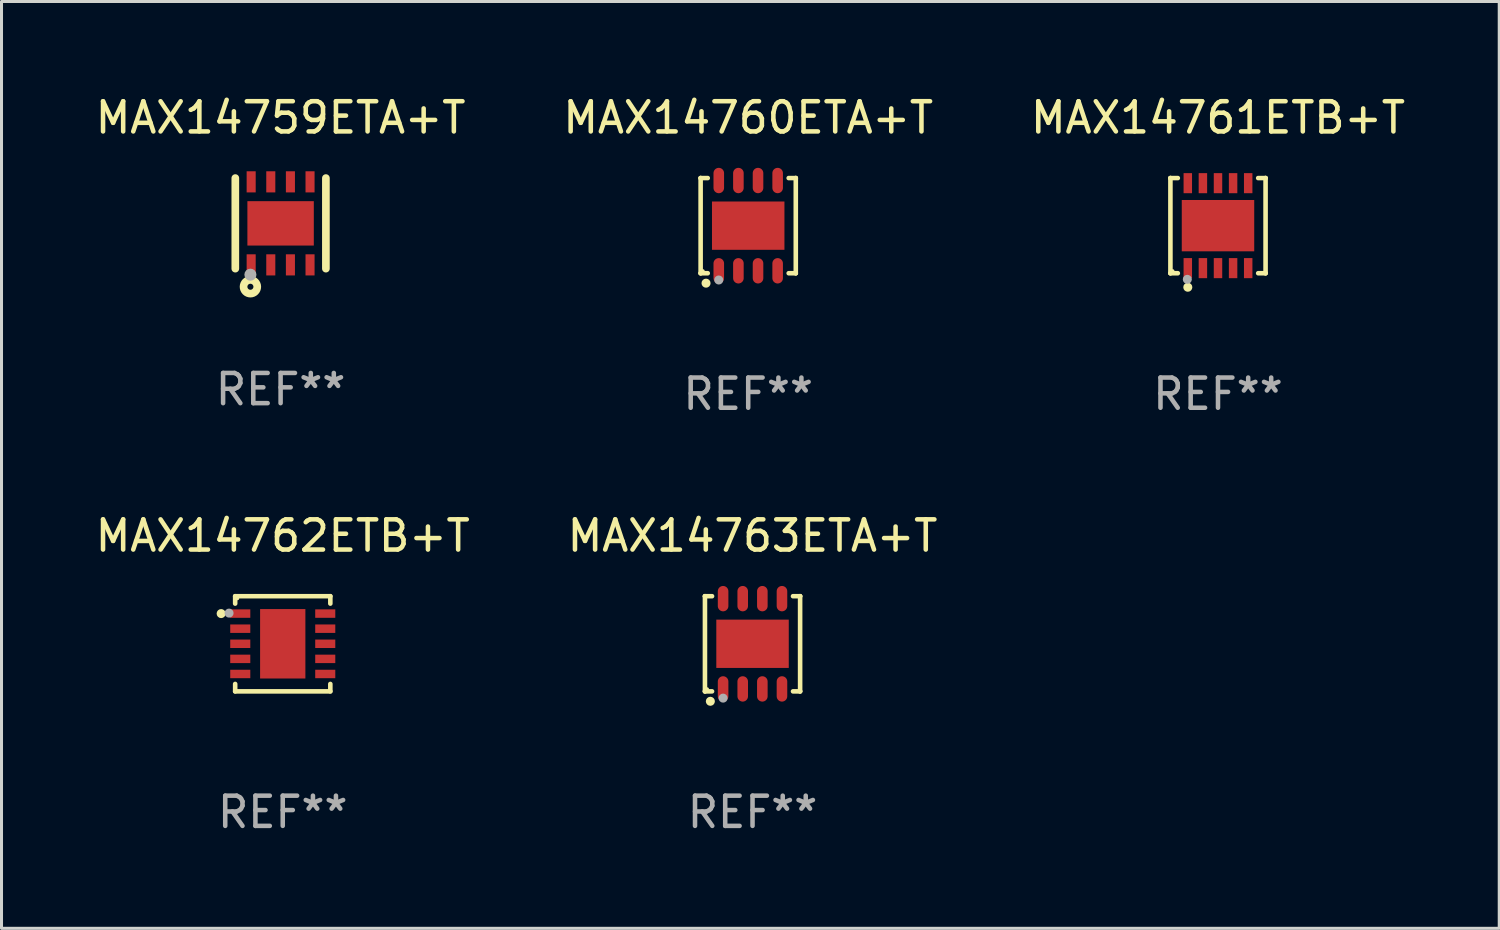
<source format=kicad_pcb>
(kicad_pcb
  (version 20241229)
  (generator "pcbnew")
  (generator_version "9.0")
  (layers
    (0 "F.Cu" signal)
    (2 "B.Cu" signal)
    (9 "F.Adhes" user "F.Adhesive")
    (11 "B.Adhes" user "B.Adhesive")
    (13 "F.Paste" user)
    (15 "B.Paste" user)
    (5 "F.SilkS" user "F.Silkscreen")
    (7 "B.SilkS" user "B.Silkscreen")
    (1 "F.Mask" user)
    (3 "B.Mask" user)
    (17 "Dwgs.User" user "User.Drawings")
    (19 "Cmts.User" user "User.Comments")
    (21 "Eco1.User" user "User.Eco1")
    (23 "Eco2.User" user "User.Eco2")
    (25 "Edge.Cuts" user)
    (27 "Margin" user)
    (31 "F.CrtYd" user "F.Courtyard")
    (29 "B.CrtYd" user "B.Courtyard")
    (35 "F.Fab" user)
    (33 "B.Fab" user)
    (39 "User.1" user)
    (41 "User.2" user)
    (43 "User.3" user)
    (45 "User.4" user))
  (footprint "MAX14759ETA+T"
    (layer "F.Cu")
    (at 6.244 4.348)
    (property "Reference" "MAX14759ETA+T" (at 0 -3.5 0) (layer "F.SilkS") (effects (font (size 1 1) (thickness 0.15))))
    (attr through_hole)
    (fp_line (start -1.5 -1.5) (end -1.5 1.5) (stroke (width 0.254) (type solid)) (layer "F.SilkS"))
    (fp_line (start 1.5 -1.5) (end 1.5 1.5) (stroke (width 0.254) (type solid)) (layer "F.SilkS"))
    (fp_circle (center -1.5 1.5) (end -1.47 1.5) (stroke (width 0.06) (type solid)) (fill no) (layer "F.SilkS"))
    (fp_circle (center -1 2.1) (end -0.9 2.1) (stroke (width 0.254) (type solid)) (fill no) (layer "F.SilkS"))
    (fp_circle (center -1 1.7) (end -0.9 1.7) (stroke (width 0.2) (type solid)) (fill no) (layer "F.Fab"))
    (fp_text user "REF**" (at 0 5.5 0) (layer "F.Fab") (effects (font (size 1 1) (thickness 0.15))))
    (pad "1" smd rect (at -0.975 1.375 90) (size 0.7 0.3) (layers "F.Cu" "F.Mask" "F.Paste"))
    (pad "2" smd rect (at -0.325 1.375 90) (size 0.7 0.3) (layers "F.Cu" "F.Mask" "F.Paste"))
    (pad "3" smd rect (at 0.325 1.375 90) (size 0.7 0.3) (layers "F.Cu" "F.Mask" "F.Paste"))
    (pad "4" smd rect (at 0.975 1.375 90) (size 0.7 0.3) (layers "F.Cu" "F.Mask" "F.Paste"))
    (pad "5" smd rect (at 0.975 -1.375 90) (size 0.7 0.3) (layers "F.Cu" "F.Mask" "F.Paste"))
    (pad "6" smd rect (at 0.325 -1.375 90) (size 0.7 0.3) (layers "F.Cu" "F.Mask" "F.Paste"))
    (pad "7" smd rect (at -0.325 -1.375 90) (size 0.7 0.3) (layers "F.Cu" "F.Mask" "F.Paste"))
    (pad "8" smd rect (at -0.975 -1.375 90) (size 0.7 0.3) (layers "F.Cu" "F.Mask" "F.Paste"))
    (pad "9" smd rect (at 0 0 180) (size 2.2 1.47) (layers "F.Cu" "F.Mask" "F.Paste")))
  (footprint "MAX14760ETA+T"
    (layer "F.Cu")
    (at 21.732 4.424)
    (property "Reference" "MAX14760ETA+T" (at 0 -3.576 0) (layer "F.SilkS") (effects (font (size 1 1) (thickness 0.15))))
    (attr through_hole)
    (fp_line (start -1.576 -1.576) (end -1.576 -1.576) (stroke (width 0.152) (type solid)) (layer "F.SilkS"))
    (fp_line (start -1.576 -1.576) (end -1.341 -1.576) (stroke (width 0.152) (type solid)) (layer "F.SilkS"))
    (fp_line (start -1.576 1.576) (end -1.576 -1.576) (stroke (width 0.152) (type solid)) (layer "F.SilkS"))
    (fp_line (start -1.576 1.576) (end -1.576 1.576) (stroke (width 0.152) (type solid)) (layer "F.SilkS"))
    (fp_line (start -1.341 1.576) (end -1.576 1.576) (stroke (width 0.152) (type solid)) (layer "F.SilkS"))
    (fp_line (start 1.341 1.576) (end 1.576 1.576) (stroke (width 0.152) (type solid)) (layer "F.SilkS"))
    (fp_line (start 1.576 -1.576) (end 1.341 -1.576) (stroke (width 0.152) (type solid)) (layer "F.SilkS"))
    (fp_line (start 1.576 -1.576) (end 1.576 -1.576) (stroke (width 0.152) (type solid)) (layer "F.SilkS"))
    (fp_line (start 1.576 1.576) (end 1.576 -1.576) (stroke (width 0.152) (type solid)) (layer "F.SilkS"))
    (fp_line (start 1.576 1.576) (end 1.576 1.576) (stroke (width 0.152) (type solid)) (layer "F.SilkS"))
    (fp_circle (center -1.5 1.5) (end -1.47 1.5) (stroke (width 0.06) (type solid)) (fill no) (layer "F.SilkS"))
    (fp_circle (center -1.397 1.905) (end -1.322 1.905) (stroke (width 0.15) (type solid)) (fill no) (layer "F.SilkS"))
    (fp_circle (center -0.975 1.8) (end -0.9 1.8) (stroke (width 0.15) (type solid)) (fill no) (layer "F.Fab"))
    (fp_text user "REF**" (at 0 5.576 0) (layer "F.Fab") (effects (font (size 1 1) (thickness 0.15))))
    (pad "1" smd oval (at -0.975 1.495) (size 0.35 0.84) (layers "F.Cu" "F.Mask" "F.Paste"))
    (pad "2" smd oval (at -0.325 1.495) (size 0.35 0.84) (layers "F.Cu" "F.Mask" "F.Paste"))
    (pad "3" smd oval (at 0.325 1.495) (size 0.35 0.84) (layers "F.Cu" "F.Mask" "F.Paste"))
    (pad "4" smd oval (at 0.975 1.495) (size 0.35 0.84) (layers "F.Cu" "F.Mask" "F.Paste"))
    (pad "5" smd oval (at 0.975 -1.495) (size 0.35 0.84) (layers "F.Cu" "F.Mask" "F.Paste"))
    (pad "6" smd oval (at 0.325 -1.495) (size 0.35 0.84) (layers "F.Cu" "F.Mask" "F.Paste"))
    (pad "7" smd oval (at -0.325 -1.495) (size 0.35 0.84) (layers "F.Cu" "F.Mask" "F.Paste"))
    (pad "8" smd oval (at -0.975 -1.495) (size 0.35 0.84) (layers "F.Cu" "F.Mask" "F.Paste"))
    (pad "9" smd rect (at 0 0) (size 2.4 1.6) (layers "F.Cu" "F.Mask" "F.Paste")))
  (footprint "MAX14762ETB+T"
    (layer "F.Cu")
    (at 6.315 18.273)
    (property "Reference" "MAX14762ETB+T" (at 0 -3.576 0) (layer "F.SilkS") (effects (font (size 1 1) (thickness 0.15))))
    (attr through_hole)
    (fp_line (start -1.576 -1.576) (end 1.576 -1.576) (stroke (width 0.152) (type solid)) (layer "F.SilkS"))
    (fp_line (start -1.576 -1.331) (end -1.576 -1.576) (stroke (width 0.152) (type solid)) (layer "F.SilkS"))
    (fp_line (start -1.576 1.331) (end -1.576 1.576) (stroke (width 0.152) (type solid)) (layer "F.SilkS"))
    (fp_line (start -1.576 1.576) (end 1.576 1.576) (stroke (width 0.152) (type solid)) (layer "F.SilkS"))
    (fp_line (start 1.576 -1.576) (end 1.576 -1.331) (stroke (width 0.152) (type solid)) (layer "F.SilkS"))
    (fp_line (start 1.576 1.576) (end 1.576 1.331) (stroke (width 0.152) (type solid)) (layer "F.SilkS"))
    (fp_circle (center -2.04 -1) (end -1.965 -1) (stroke (width 0.15) (type solid)) (fill no) (layer "F.SilkS"))
    (fp_circle (center -1.5 -1.5) (end -1.47 -1.5) (stroke (width 0.06) (type solid)) (fill no) (layer "F.SilkS"))
    (fp_circle (center -1.778 -1.016) (end -1.703 -1.016) (stroke (width 0.15) (type solid)) (fill no) (layer "F.Fab"))
    (fp_text user "REF**" (at 0 5.576 0) (layer "F.Fab") (effects (font (size 1 1) (thickness 0.15))))
    (pad "1" smd rect (at -1.407 -1 270) (size 0.28 0.665) (layers "F.Cu" "F.Mask" "F.Paste"))
    (pad "2" smd rect (at -1.407 -0.5 270) (size 0.28 0.665) (layers "F.Cu" "F.Mask" "F.Paste"))
    (pad "3" smd rect (at -1.407 0.000102 270) (size 0.28 0.665) (layers "F.Cu" "F.Mask" "F.Paste"))
    (pad "4" smd rect (at -1.407 0.5 270) (size 0.28 0.665) (layers "F.Cu" "F.Mask" "F.Paste"))
    (pad "5" smd rect (at -1.407 1 270) (size 0.28 0.665) (layers "F.Cu" "F.Mask" "F.Paste"))
    (pad "6" smd rect (at 1.408 1 270) (size 0.28 0.665) (layers "F.Cu" "F.Mask" "F.Paste"))
    (pad "7" smd rect (at 1.408 0.5 270) (size 0.28 0.665) (layers "F.Cu" "F.Mask" "F.Paste"))
    (pad "8" smd rect (at 1.408 0.000102 270) (size 0.28 0.665) (layers "F.Cu" "F.Mask" "F.Paste"))
    (pad "9" smd rect (at 1.408 -0.5 270) (size 0.28 0.665) (layers "F.Cu" "F.Mask" "F.Paste"))
    (pad "10" smd rect (at 1.408 -1 270) (size 0.28 0.665) (layers "F.Cu" "F.Mask" "F.Paste"))
    (pad "11" smd rect (at -0.000051 0.000102 270) (size 2.3 1.5) (layers "F.Cu" "F.Mask" "F.Paste")))
  (footprint "MAX14761ETB+T"
    (layer "F.Cu")
    (at 37.292 4.424)
    (property "Reference" "MAX14761ETB+T" (at 0 -3.576 0) (layer "F.SilkS") (effects (font (size 1 1) (thickness 0.15))))
    (attr through_hole)
    (fp_line (start -1.576 -1.576) (end -1.576 -1.576) (stroke (width 0.152) (type solid)) (layer "F.SilkS"))
    (fp_line (start -1.576 -1.576) (end -1.331 -1.576) (stroke (width 0.152) (type solid)) (layer "F.SilkS"))
    (fp_line (start -1.576 1.576) (end -1.576 -1.576) (stroke (width 0.152) (type solid)) (layer "F.SilkS"))
    (fp_line (start -1.576 1.576) (end -1.576 1.576) (stroke (width 0.152) (type solid)) (layer "F.SilkS"))
    (fp_line (start -1.331 1.576) (end -1.576 1.576) (stroke (width 0.152) (type solid)) (layer "F.SilkS"))
    (fp_line (start 1.331 1.576) (end 1.576 1.576) (stroke (width 0.152) (type solid)) (layer "F.SilkS"))
    (fp_line (start 1.576 -1.576) (end 1.331 -1.576) (stroke (width 0.152) (type solid)) (layer "F.SilkS"))
    (fp_line (start 1.576 -1.576) (end 1.576 -1.576) (stroke (width 0.152) (type solid)) (layer "F.SilkS"))
    (fp_line (start 1.576 1.576) (end 1.576 -1.576) (stroke (width 0.152) (type solid)) (layer "F.SilkS"))
    (fp_line (start 1.576 1.576) (end 1.576 1.576) (stroke (width 0.152) (type solid)) (layer "F.SilkS"))
    (fp_circle (center -1.5 1.5) (end -1.47 1.5) (stroke (width 0.06) (type solid)) (fill no) (layer "F.SilkS"))
    (fp_circle (center -1 2.04) (end -0.925 2.04) (stroke (width 0.15) (type solid)) (fill no) (layer "F.SilkS"))
    (fp_circle (center -1.016 1.778) (end -0.941 1.778) (stroke (width 0.15) (type solid)) (fill no) (layer "F.Fab"))
    (fp_text user "REF**" (at 0 5.576 0) (layer "F.Fab") (effects (font (size 1 1) (thickness 0.15))))
    (pad "1" smd rect (at -1 1.407) (size 0.28 0.665) (layers "F.Cu" "F.Mask" "F.Paste"))
    (pad "2" smd rect (at -0.5 1.407) (size 0.28 0.665) (layers "F.Cu" "F.Mask" "F.Paste"))
    (pad "3" smd rect (at 0 1.407) (size 0.28 0.665) (layers "F.Cu" "F.Mask" "F.Paste"))
    (pad "4" smd rect (at 0.5 1.407) (size 0.28 0.665) (layers "F.Cu" "F.Mask" "F.Paste"))
    (pad "5" smd rect (at 1 1.407) (size 0.28 0.665) (layers "F.Cu" "F.Mask" "F.Paste"))
    (pad "6" smd rect (at 1 -1.407) (size 0.28 0.665) (layers "F.Cu" "F.Mask" "F.Paste"))
    (pad "7" smd rect (at 0.5 -1.407) (size 0.28 0.665) (layers "F.Cu" "F.Mask" "F.Paste"))
    (pad "8" smd rect (at 0 -1.407) (size 0.28 0.665) (layers "F.Cu" "F.Mask" "F.Paste"))
    (pad "9" smd rect (at -0.5 -1.407) (size 0.28 0.665) (layers "F.Cu" "F.Mask" "F.Paste"))
    (pad "10" smd rect (at -1 -1.407) (size 0.28 0.665) (layers "F.Cu" "F.Mask" "F.Paste"))
    (pad "11" smd rect (at 0 0) (size 2.4 1.7) (layers "F.Cu" "F.Mask" "F.Paste")))
  (footprint "MAX14763ETA+T"
    (layer "F.Cu")
    (at 21.875 18.273)
    (property "Reference" "MAX14763ETA+T" (at 0 -3.576 0) (layer "F.SilkS") (effects (font (size 1 1) (thickness 0.15))))
    (attr through_hole)
    (fp_line (start -1.576 -1.576) (end -1.576 -1.576) (stroke (width 0.152) (type solid)) (layer "F.SilkS"))
    (fp_line (start -1.576 -1.576) (end -1.341 -1.576) (stroke (width 0.152) (type solid)) (layer "F.SilkS"))
    (fp_line (start -1.576 1.576) (end -1.576 -1.576) (stroke (width 0.152) (type solid)) (layer "F.SilkS"))
    (fp_line (start -1.576 1.576) (end -1.576 1.576) (stroke (width 0.152) (type solid)) (layer "F.SilkS"))
    (fp_line (start -1.341 1.576) (end -1.576 1.576) (stroke (width 0.152) (type solid)) (layer "F.SilkS"))
    (fp_line (start 1.341 1.576) (end 1.576 1.576) (stroke (width 0.152) (type solid)) (layer "F.SilkS"))
    (fp_line (start 1.576 -1.576) (end 1.341 -1.576) (stroke (width 0.152) (type solid)) (layer "F.SilkS"))
    (fp_line (start 1.576 -1.576) (end 1.576 -1.576) (stroke (width 0.152) (type solid)) (layer "F.SilkS"))
    (fp_line (start 1.576 1.576) (end 1.576 -1.576) (stroke (width 0.152) (type solid)) (layer "F.SilkS"))
    (fp_line (start 1.576 1.576) (end 1.576 1.576) (stroke (width 0.152) (type solid)) (layer "F.SilkS"))
    (fp_circle (center -1.5 1.5) (end -1.47 1.5) (stroke (width 0.06) (type solid)) (fill no) (layer "F.SilkS"))
    (fp_circle (center -1.397 1.905) (end -1.322 1.905) (stroke (width 0.15) (type solid)) (fill no) (layer "F.SilkS"))
    (fp_circle (center -0.975 1.8) (end -0.9 1.8) (stroke (width 0.15) (type solid)) (fill no) (layer "F.Fab"))
    (fp_text user "REF**" (at 0 5.576 0) (layer "F.Fab") (effects (font (size 1 1) (thickness 0.15))))
    (pad "1" smd oval (at -0.975 1.495) (size 0.35 0.84) (layers "F.Cu" "F.Mask" "F.Paste"))
    (pad "2" smd oval (at -0.325 1.495) (size 0.35 0.84) (layers "F.Cu" "F.Mask" "F.Paste"))
    (pad "3" smd oval (at 0.325 1.495) (size 0.35 0.84) (layers "F.Cu" "F.Mask" "F.Paste"))
    (pad "4" smd oval (at 0.975 1.495) (size 0.35 0.84) (layers "F.Cu" "F.Mask" "F.Paste"))
    (pad "5" smd oval (at 0.975 -1.495) (size 0.35 0.84) (layers "F.Cu" "F.Mask" "F.Paste"))
    (pad "6" smd oval (at 0.325 -1.495) (size 0.35 0.84) (layers "F.Cu" "F.Mask" "F.Paste"))
    (pad "7" smd oval (at -0.325 -1.495) (size 0.35 0.84) (layers "F.Cu" "F.Mask" "F.Paste"))
    (pad "8" smd oval (at -0.975 -1.495) (size 0.35 0.84) (layers "F.Cu" "F.Mask" "F.Paste"))
    (pad "9" smd rect (at 0 0) (size 2.4 1.6) (layers "F.Cu" "F.Mask" "F.Paste")))
  (gr_rect
    (start -3 -3)
    (end 46.607 27.698)
    (stroke (width 0.1) (type default))
    (fill no)
    (layer "Edge.Cuts")))
</source>
